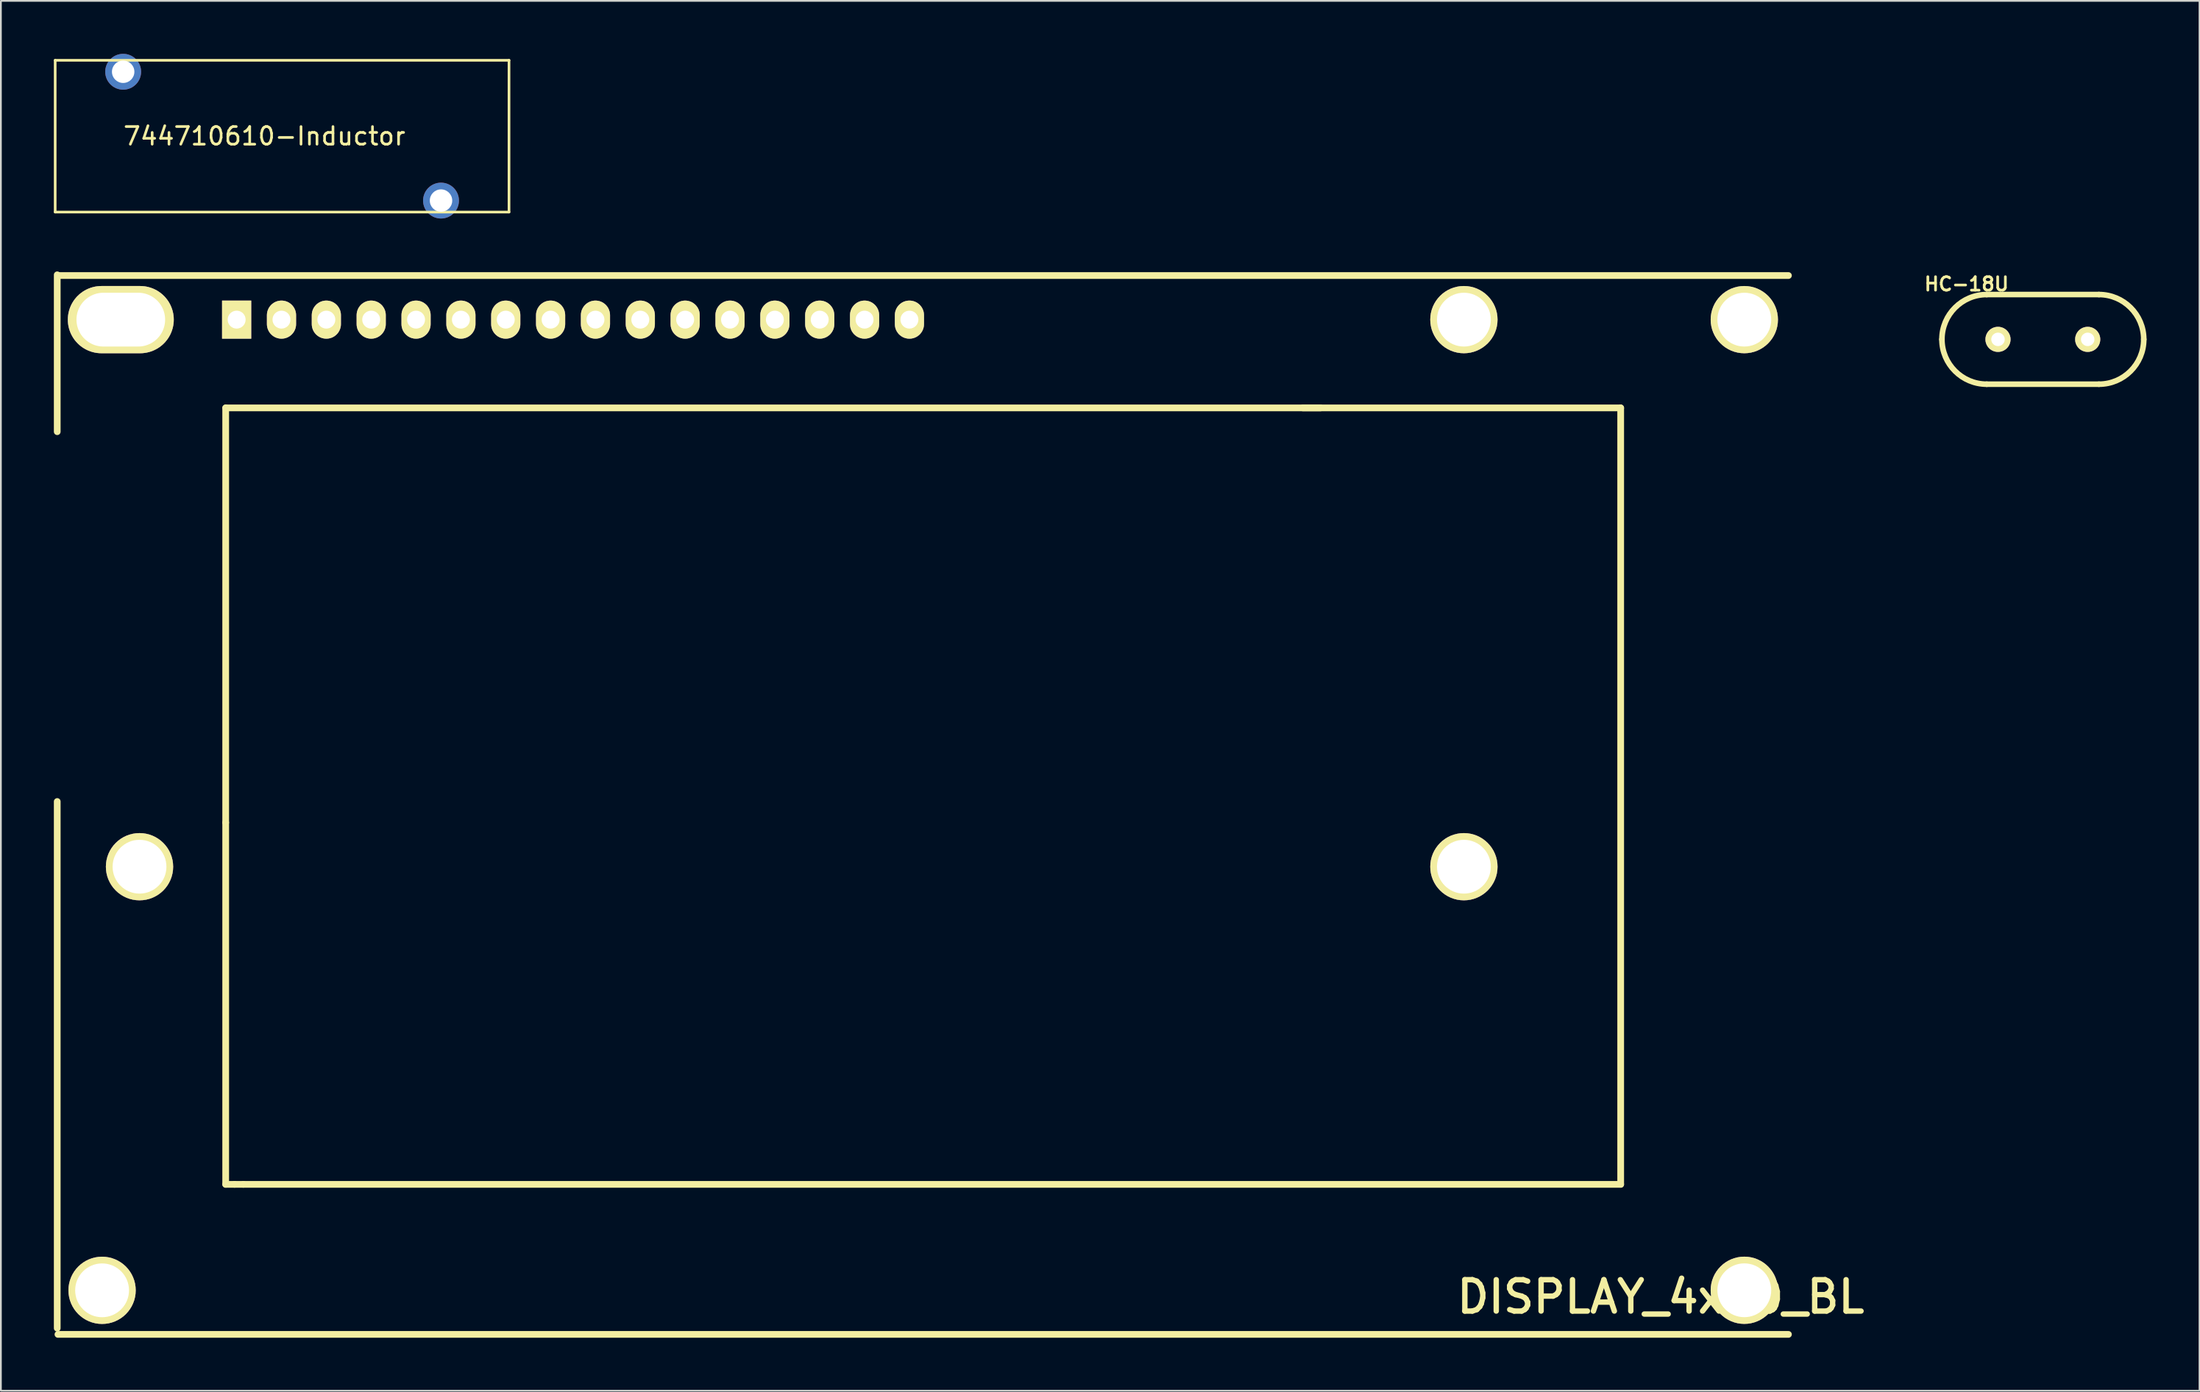
<source format=kicad_pcb>
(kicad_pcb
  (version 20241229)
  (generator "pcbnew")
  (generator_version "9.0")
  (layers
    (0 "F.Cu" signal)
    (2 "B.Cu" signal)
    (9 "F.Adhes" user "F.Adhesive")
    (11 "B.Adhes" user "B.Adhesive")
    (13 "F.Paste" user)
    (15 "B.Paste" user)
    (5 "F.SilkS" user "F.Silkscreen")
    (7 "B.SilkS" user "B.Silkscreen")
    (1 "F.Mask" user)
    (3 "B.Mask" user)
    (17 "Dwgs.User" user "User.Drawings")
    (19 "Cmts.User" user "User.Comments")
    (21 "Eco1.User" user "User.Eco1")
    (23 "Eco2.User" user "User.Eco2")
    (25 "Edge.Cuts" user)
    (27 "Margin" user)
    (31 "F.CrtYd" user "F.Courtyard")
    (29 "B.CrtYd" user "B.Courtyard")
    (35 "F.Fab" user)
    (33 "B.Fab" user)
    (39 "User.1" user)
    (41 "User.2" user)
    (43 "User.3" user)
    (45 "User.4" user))
  (footprint "DISPLAY_4x20_BL"
    (layer "F.Cu")
    (at 2.731 15.062)
    (property "Reference" "DISPLAY_4x20_BL" (at 88.265 55.372 0) (layer "F.SilkS") (effects (font (size 1.778 1.778) (thickness 0.305))))
    (attr through_hole)
    (fp_line (start -2.54 6.35) (end -2.54 -2.54) (stroke (width 0.381) (type solid)) (layer "F.SilkS"))
    (fp_line (start -2.54 27.305) (end -2.54 57.15) (stroke (width 0.381) (type solid)) (layer "F.SilkS"))
    (fp_line (start -0.38 0.5) (end -0.38 -0.5) (stroke (width 0.254) (type solid)) (layer "F.SilkS"))
    (fp_line (start 2.12 0.5) (end 2.12 -0.5) (stroke (width 0.254) (type solid)) (layer "F.SilkS"))
    (fp_line (start 7 5.001) (end 68.999 5.001) (stroke (width 0.381) (type solid)) (layer "F.SilkS"))
    (fp_line (start 7 28.499) (end 7 5.001) (stroke (width 0.381) (type solid)) (layer "F.SilkS"))
    (fp_line (start 7 48.999) (end 7 28.499) (stroke (width 0.381) (type solid)) (layer "F.SilkS"))
    (fp_line (start 7.501 48.999) (end 7 48.999) (stroke (width 0.381) (type solid)) (layer "F.SilkS"))
    (fp_line (start 8.001 48.999) (end 7.501 48.999) (stroke (width 0.381) (type solid)) (layer "F.SilkS"))
    (fp_line (start 68.001 5.001) (end 85.999 5.001) (stroke (width 0.381) (type solid)) (layer "F.SilkS"))
    (fp_line (start 85.999 5.001) (end 85.999 48.999) (stroke (width 0.381) (type solid)) (layer "F.SilkS"))
    (fp_line (start 85.999 48.999) (end 8.001 48.999) (stroke (width 0.381) (type solid)) (layer "F.SilkS"))
    (fp_line (start 95.499 -2.499) (end -2.499 -2.499) (stroke (width 0.381) (type solid)) (layer "F.SilkS"))
    (fp_line (start 95.499 57.501) (end -2.499 57.501) (stroke (width 0.381) (type solid)) (layer "F.SilkS"))
    (pad "" thru_hole circle (at 0 55.004) (size 3.81 3.81) (drill 3.048) (layers "*.Cu" "*.Mask" "F.SilkS"))
    (pad "" thru_hole oval (at 1.06 0) (size 6 3.81) (drill oval 5.02 3.048) (layers "*.Cu" "*.Mask" "F.SilkS"))
    (pad "" thru_hole circle (at 2.12 31) (size 3.81 3.81) (drill 3.048) (layers "*.Cu" "*.Mask" "F.SilkS"))
    (pad "" thru_hole circle (at 77.12 0) (size 3.81 3.81) (drill 3.048) (layers "*.Cu" "*.Mask" "F.SilkS"))
    (pad "" thru_hole circle (at 77.12 31) (size 3.81 3.81) (drill 3.048) (layers "*.Cu" "*.Mask" "F.SilkS"))
    (pad "" thru_hole circle (at 93 0) (size 3.81 3.81) (drill 3.048) (layers "*.Cu" "*.Mask" "F.SilkS"))
    (pad "" thru_hole circle (at 93 55.001) (size 3.81 3.81) (drill 3.048) (layers "*.Cu" "*.Mask" "F.SilkS"))
    (pad "1" thru_hole rect (at 7.62 0) (size 1.651 2.159) (drill 1.016) (layers "*.Cu" "*.Mask" "F.SilkS"))
    (pad "2" thru_hole oval (at 10.16 0) (size 1.651 2.159) (drill 1.016) (layers "*.Cu" "*.Mask" "F.SilkS"))
    (pad "3" thru_hole oval (at 12.7 0) (size 1.651 2.159) (drill 1.016) (layers "*.Cu" "*.Mask" "F.SilkS"))
    (pad "4" thru_hole oval (at 15.24 0) (size 1.651 2.159) (drill 1.016) (layers "*.Cu" "*.Mask" "F.SilkS"))
    (pad "5" thru_hole oval (at 17.78 0) (size 1.651 2.159) (drill 1.016) (layers "*.Cu" "*.Mask" "F.SilkS"))
    (pad "6" thru_hole oval (at 20.32 0) (size 1.651 2.159) (drill 1.016) (layers "*.Cu" "*.Mask" "F.SilkS"))
    (pad "7" thru_hole oval (at 22.86 0) (size 1.651 2.159) (drill 1.016) (layers "*.Cu" "*.Mask" "F.SilkS"))
    (pad "8" thru_hole oval (at 25.4 0) (size 1.651 2.159) (drill 1.016) (layers "*.Cu" "*.Mask" "F.SilkS"))
    (pad "9" thru_hole oval (at 27.94 0) (size 1.651 2.159) (drill 1.016) (layers "*.Cu" "*.Mask" "F.SilkS"))
    (pad "10" thru_hole oval (at 30.48 0) (size 1.651 2.159) (drill 1.016) (layers "*.Cu" "*.Mask" "F.SilkS"))
    (pad "11" thru_hole oval (at 33.02 0) (size 1.651 2.159) (drill 1.016) (layers "*.Cu" "*.Mask" "F.SilkS"))
    (pad "12" thru_hole oval (at 35.56 0) (size 1.651 2.159) (drill 1.016) (layers "*.Cu" "*.Mask" "F.SilkS"))
    (pad "13" thru_hole oval (at 38.1 0) (size 1.651 2.159) (drill 1.016) (layers "*.Cu" "*.Mask" "F.SilkS"))
    (pad "14" thru_hole oval (at 40.64 0) (size 1.651 2.159) (drill 1.016) (layers "*.Cu" "*.Mask" "F.SilkS"))
    (pad "A" thru_hole oval (at 43.18 0) (size 1.651 2.159) (drill 1.016) (layers "*.Cu" "*.Mask" "F.SilkS"))
    (pad "K" thru_hole oval (at 45.72 0) (size 1.651 2.159) (drill 1.016) (layers "*.Cu" "*.Mask" "F.SilkS")))
  (footprint "HC-18U"
    (layer "F.Cu")
    (at 112.637 16.18)
    (property "Reference" "HC-18U" (at -4.318 -3.134 0) (layer "F.SilkS") (effects (font (size 0.762 0.762) (thickness 0.152))))
    (attr through_hole)
    (fp_line (start -3.175 -2.54) (end 3.175 -2.54) (stroke (width 0.318) (type solid)) (layer "F.SilkS"))
    (fp_line (start -3.175 2.54) (end 3.175 2.54) (stroke (width 0.318) (type solid)) (layer "F.SilkS"))
    (fp_arc (start -5.715 0) (mid -4.971051 -1.796051) (end -3.175 -2.54) (stroke (width 0.3175) (type solid)) (layer "F.SilkS"))
    (fp_arc (start -3.175 2.54) (mid -4.971051 1.796051) (end -5.715 0) (stroke (width 0.3175) (type solid)) (layer "F.SilkS"))
    (fp_arc (start 3.175 -2.54) (mid 4.971051 -1.796051) (end 5.715 0) (stroke (width 0.3175) (type solid)) (layer "F.SilkS"))
    (fp_arc (start 5.715 0) (mid 4.971051 1.796051) (end 3.175 2.54) (stroke (width 0.3175) (type solid)) (layer "F.SilkS"))
    (pad "1" thru_hole circle (at -2.54 0) (size 1.422 1.422) (drill 0.762) (layers "*.Cu" "*.Mask" "F.SilkS"))
    (pad "2" thru_hole circle (at 2.54 0) (size 1.422 1.422) (drill 0.762) (layers "*.Cu" "*.Mask" "F.SilkS")))
  (footprint "744710610-Inductor"
    (layer "F.Cu")
    (at 12.925 4.666)
    (property "Reference" "744710610-Inductor" (at -1 0 0) (layer "F.SilkS") (effects (font (size 1 1) (thickness 0.15))))
    (attr through_hole)
    (fp_line (start -12.85 -4.3) (end -12.85 4.3) (stroke (width 0.15) (type solid)) (layer "F.SilkS"))
    (fp_line (start -12.85 4.3) (end 12.85 4.3) (stroke (width 0.15) (type solid)) (layer "F.SilkS"))
    (fp_line (start 12.85 -4.3) (end -12.85 -4.3) (stroke (width 0.15) (type solid)) (layer "F.SilkS"))
    (fp_line (start 12.85 4.3) (end 12.85 -4.3) (stroke (width 0.15) (type solid)) (layer "F.SilkS"))
    (pad "1" thru_hole circle (at -9 -3.65) (size 2.032 2.032) (drill 1.27) (layers "*.Cu" "*.Mask"))
    (pad "2" thru_hole circle (at 9 3.65) (size 2.032 2.032) (drill 1.27) (layers "*.Cu" "*.Mask")))
  (gr_rect
    (start -3 -3)
    (end 121.51 75.754)
    (stroke (width 0.1) (type default))
    (fill no)
    (layer "Edge.Cuts")))
</source>
